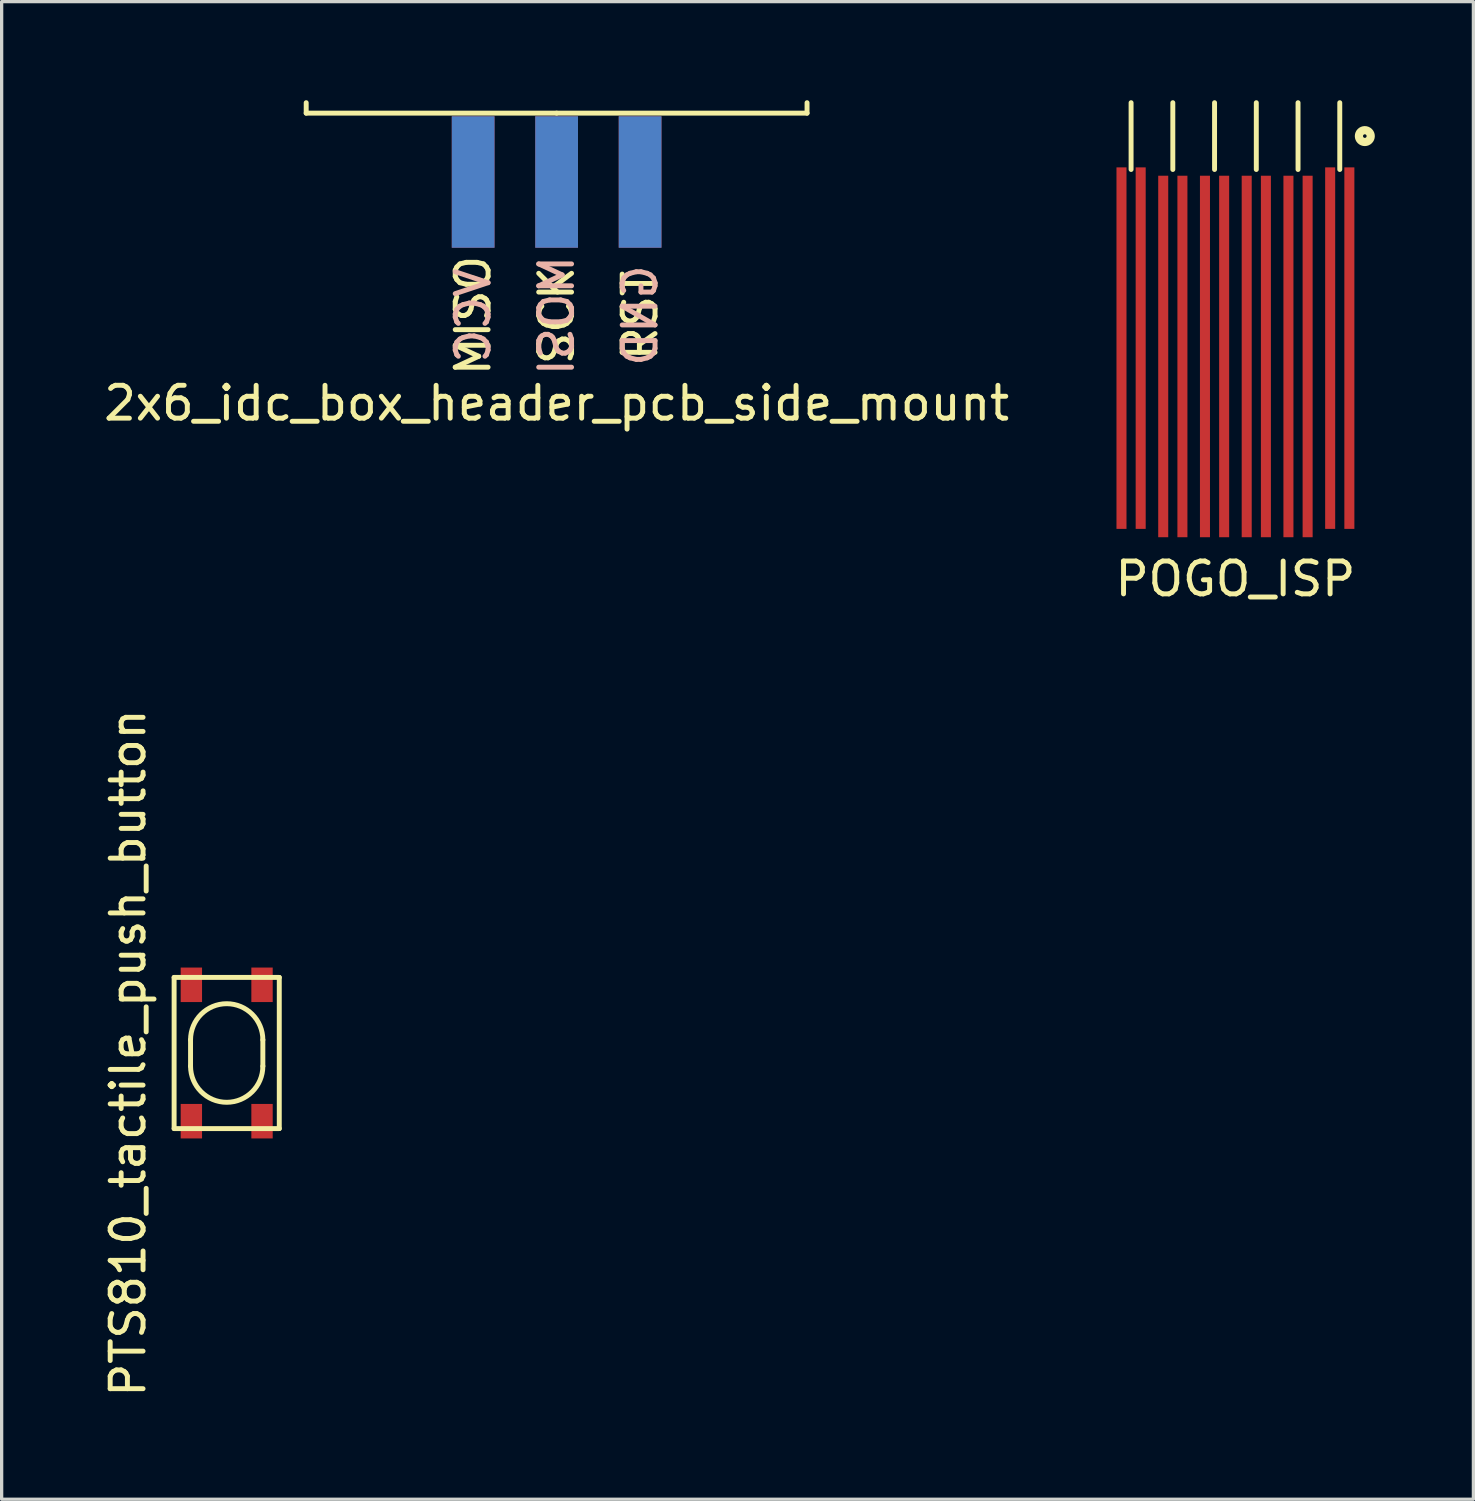
<source format=kicad_pcb>
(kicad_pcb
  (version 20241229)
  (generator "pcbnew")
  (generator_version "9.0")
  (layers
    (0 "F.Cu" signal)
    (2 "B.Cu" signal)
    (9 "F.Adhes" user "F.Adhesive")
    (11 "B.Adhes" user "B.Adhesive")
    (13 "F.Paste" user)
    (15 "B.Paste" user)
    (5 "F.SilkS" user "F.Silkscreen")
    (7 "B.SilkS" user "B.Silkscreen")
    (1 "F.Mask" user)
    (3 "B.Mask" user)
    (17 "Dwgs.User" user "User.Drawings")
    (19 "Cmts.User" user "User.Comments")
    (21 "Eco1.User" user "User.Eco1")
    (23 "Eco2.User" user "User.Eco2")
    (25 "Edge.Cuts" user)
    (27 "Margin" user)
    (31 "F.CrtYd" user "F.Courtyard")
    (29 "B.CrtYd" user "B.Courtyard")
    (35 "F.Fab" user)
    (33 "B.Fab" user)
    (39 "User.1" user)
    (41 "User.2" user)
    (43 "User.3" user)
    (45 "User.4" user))
  (footprint "2x6_idc_box_header_pcb_side_mount"
    (layer "F.Cu")
    (at 13.887 2.488)
    (property "Reference" "2x6_idc_box_header_pcb_side_mount" (at 0 6.731 0) (layer "F.SilkS") (effects (font (size 1 1) (thickness 0.15))))
    (attr through_hole)
    (fp_line (start -7.62 -2.095) (end -7.62 -2.413) (stroke (width 0.15) (type solid)) (layer "F.SilkS"))
    (fp_line (start 0 -2.095) (end -7.62 -2.095) (stroke (width 0.15) (type solid)) (layer "F.SilkS"))
    (fp_line (start 7.62 -2.095) (end 0 -2.095) (stroke (width 0.15) (type solid)) (layer "F.SilkS"))
    (fp_line (start 7.62 -2.095) (end 7.62 -2.413) (stroke (width 0.15) (type solid)) (layer "F.SilkS"))
    (fp_text user "MISO" (at -2.54 4.064 90) (layer "F.SilkS") (effects (font (size 1 1) (thickness 0.15))))
    (fp_text user "SCK" (at 0 4.064 90) (layer "F.SilkS") (effects (font (size 1 1) (thickness 0.15))))
    (fp_text user "RST" (at 2.54 4.064 90) (layer "F.SilkS") (effects (font (size 1 1) (thickness 0.15))))
    (fp_text user "MOSI" (at 0 4.064 90) (layer "B.SilkS") (effects (font (size 1 1) (thickness 0.15)) (justify mirror)))
    (fp_text user "VCC" (at -2.54 4.064 90) (layer "B.SilkS") (effects (font (size 1 1) (thickness 0.15)) (justify mirror)))
    (fp_text user "GND" (at 2.54 4.064 90) (layer "B.SilkS") (effects (font (size 1 1) (thickness 0.15)) (justify mirror)))
    (pad "1" smd rect (at -2.54 0) (size 1.3 4) (layers "F.Cu" "F.Mask"))
    (pad "2" smd rect (at -2.54 0) (size 1.3 4) (layers "B.Cu" "B.Mask"))
    (pad "3" smd rect (at 0 0) (size 1.3 4) (layers "F.Cu" "F.Mask"))
    (pad "4" smd rect (at 0 0) (size 1.3 4) (layers "B.Cu" "B.Mask"))
    (pad "5" smd rect (at 2.54 0) (size 1.3 4) (layers "F.Cu" "F.Mask"))
    (pad "6" smd rect (at 2.54 0) (size 1.3 4) (layers "B.Cu" "B.Mask")))
  (footprint "POGO_ISP"
    (layer "F.Cu")
    (at 34.542 7.822)
    (property "Reference" "POGO_ISP" (at 0 6.744 0) (layer "F.SilkS") (effects (font (size 1 1) (thickness 0.15))))
    (attr through_hole)
    (fp_line (start -3.175 -5.715) (end -3.175 -7.747) (stroke (width 0.15) (type solid)) (layer "F.SilkS"))
    (fp_line (start -1.905 -5.715) (end -1.905 -7.747) (stroke (width 0.15) (type solid)) (layer "F.SilkS"))
    (fp_line (start -0.635 -5.715) (end -0.635 -7.747) (stroke (width 0.15) (type solid)) (layer "F.SilkS"))
    (fp_line (start 0.635 -5.715) (end 0.635 -7.747) (stroke (width 0.15) (type solid)) (layer "F.SilkS"))
    (fp_line (start 1.905 -5.715) (end 1.905 -7.747) (stroke (width 0.15) (type solid)) (layer "F.SilkS"))
    (fp_line (start 3.175 -5.715) (end 3.175 -7.747) (stroke (width 0.15) (type solid)) (layer "F.SilkS"))
    (fp_circle (center 3.937 -6.731) (end 4.064 -6.604) (stroke (width 0.25) (type solid)) (fill no) (layer "F.SilkS"))
    (pad "" smd rect (at -3.467 -4.775) (size 0.305 2) (layers "F.Paste"))
    (pad "" smd rect (at -3.467 -1.775) (size 0.305 2) (layers "F.Paste"))
    (pad "" smd rect (at -3.467 1.225) (size 0.305 2) (layers "F.Paste"))
    (pad "" smd rect (at -3.467 4.225) (size 0.305 2) (layers "F.Paste"))
    (pad "" smd rect (at -3.175 -0.279) (size 0.305 11) (layers "F.Mask"))
    (pad "" smd rect (at -2.883 -4.775) (size 0.305 2) (layers "F.Paste"))
    (pad "" smd rect (at -2.883 -1.775) (size 0.305 2) (layers "F.Paste"))
    (pad "" smd rect (at -2.883 1.225) (size 0.305 2) (layers "F.Paste"))
    (pad "" smd rect (at -2.883 4.225) (size 0.305 2) (layers "F.Paste"))
    (pad "" smd rect (at -2.197 -4.521) (size 0.305 2) (layers "F.Paste"))
    (pad "" smd rect (at -2.197 -1.521) (size 0.305 2) (layers "F.Paste"))
    (pad "" smd rect (at -2.197 1.479) (size 0.305 2) (layers "F.Paste"))
    (pad "" smd rect (at -2.197 4.479) (size 0.305 2) (layers "F.Paste"))
    (pad "" smd rect (at -1.905 -0.025) (size 0.305 11) (layers "F.Mask"))
    (pad "" smd rect (at -1.613 -4.521) (size 0.305 2) (layers "F.Paste"))
    (pad "" smd rect (at -1.613 -1.521) (size 0.305 2) (layers "F.Paste"))
    (pad "" smd rect (at -1.613 1.479) (size 0.305 2) (layers "F.Paste"))
    (pad "" smd rect (at -1.613 4.479) (size 0.305 2) (layers "F.Paste"))
    (pad "" smd rect (at -0.927 -4.521) (size 0.305 2) (layers "F.Paste"))
    (pad "" smd rect (at -0.927 -1.521) (size 0.305 2) (layers "F.Paste"))
    (pad "" smd rect (at -0.927 1.479) (size 0.305 2) (layers "F.Paste"))
    (pad "" smd rect (at -0.927 4.479) (size 0.305 2) (layers "F.Paste"))
    (pad "" smd rect (at -0.635 -0.025) (size 0.305 11) (layers "F.Mask"))
    (pad "" smd rect (at -0.343 -4.521) (size 0.305 2) (layers "F.Paste"))
    (pad "" smd rect (at -0.343 -1.521) (size 0.305 2) (layers "F.Paste"))
    (pad "" smd rect (at -0.343 1.479) (size 0.305 2) (layers "F.Paste"))
    (pad "" smd rect (at -0.343 4.479) (size 0.305 2) (layers "F.Paste"))
    (pad "" smd rect (at 0.343 -4.521) (size 0.305 2) (layers "F.Paste"))
    (pad "" smd rect (at 0.343 -1.521) (size 0.305 2) (layers "F.Paste"))
    (pad "" smd rect (at 0.343 1.479) (size 0.305 2) (layers "F.Paste"))
    (pad "" smd rect (at 0.343 4.479) (size 0.305 2) (layers "F.Paste"))
    (pad "" smd rect (at 0.635 -0.025) (size 0.305 11) (layers "F.Mask"))
    (pad "" smd rect (at 0.927 -4.521) (size 0.305 2) (layers "F.Paste"))
    (pad "" smd rect (at 0.927 -1.521) (size 0.305 2) (layers "F.Paste"))
    (pad "" smd rect (at 0.927 1.479) (size 0.305 2) (layers "F.Paste"))
    (pad "" smd rect (at 0.927 4.479) (size 0.305 2) (layers "F.Paste"))
    (pad "" smd rect (at 1.613 -4.521) (size 0.305 2) (layers "F.Paste"))
    (pad "" smd rect (at 1.613 -1.521) (size 0.305 2) (layers "F.Paste"))
    (pad "" smd rect (at 1.613 1.479) (size 0.305 2) (layers "F.Paste"))
    (pad "" smd rect (at 1.613 4.479) (size 0.305 2) (layers "F.Paste"))
    (pad "" smd rect (at 1.905 -0.025) (size 0.305 11) (layers "F.Mask"))
    (pad "" smd rect (at 2.197 -4.521) (size 0.305 2) (layers "F.Paste"))
    (pad "" smd rect (at 2.197 -1.521) (size 0.305 2) (layers "F.Paste"))
    (pad "" smd rect (at 2.197 1.479) (size 0.305 2) (layers "F.Paste"))
    (pad "" smd rect (at 2.197 4.479) (size 0.305 2) (layers "F.Paste"))
    (pad "" smd rect (at 2.883 -4.775) (size 0.305 2) (layers "F.Paste"))
    (pad "" smd rect (at 2.883 -1.775) (size 0.305 2) (layers "F.Paste"))
    (pad "" smd rect (at 2.883 1.225) (size 0.305 2) (layers "F.Paste"))
    (pad "" smd rect (at 2.883 4.225) (size 0.305 2) (layers "F.Paste"))
    (pad "" smd rect (at 3.175 -0.279) (size 0.305 11) (layers "F.Mask"))
    (pad "" smd rect (at 3.467 -4.775) (size 0.305 2) (layers "F.Paste"))
    (pad "" smd rect (at 3.467 -1.775) (size 0.305 2) (layers "F.Paste"))
    (pad "" smd rect (at 3.467 1.225) (size 0.305 2) (layers "F.Paste"))
    (pad "" smd rect (at 3.467 4.225) (size 0.305 2) (layers "F.Paste"))
    (pad "1" smd rect (at -0.927 -0.025) (size 0.305 11) (layers "F.Cu" "F.Mask"))
    (pad "1" smd rect (at -0.343 -0.025) (size 0.305 11) (layers "F.Cu" "F.Mask"))
    (pad "2" smd rect (at 2.883 -0.279) (size 0.305 11) (layers "F.Cu" "F.Mask"))
    (pad "2" smd rect (at 3.467 -0.279) (size 0.305 11) (layers "F.Cu" "F.Mask"))
    (pad "3" smd rect (at 0.343 -0.025) (size 0.305 11) (layers "F.Cu" "F.Mask"))
    (pad "3" smd rect (at 0.927 -0.025) (size 0.305 11) (layers "F.Cu" "F.Mask"))
    (pad "4" smd rect (at -2.197 -0.025) (size 0.305 11) (layers "F.Cu" "F.Mask"))
    (pad "4" smd rect (at -1.613 -0.025) (size 0.305 11) (layers "F.Cu" "F.Mask"))
    (pad "5" smd rect (at -3.467 -0.279) (size 0.305 11) (layers "F.Cu" "F.Mask"))
    (pad "5" smd rect (at -2.883 -0.279) (size 0.305 11) (layers "F.Cu" "F.Mask"))
    (pad "6" smd rect (at 1.613 -0.025) (size 0.305 11) (layers "F.Cu" "F.Mask"))
    (pad "6" smd rect (at 2.197 -0.025) (size 0.305 11) (layers "F.Cu" "F.Mask")))
  (footprint "PTS810_tactile_push_button"
    (layer "F.Cu")
    (at 3.848 28.991)
    (property "Reference" "PTS810_tactile_push_button" (at -3 0 90) (layer "F.SilkS") (effects (font (size 1 1) (thickness 0.15))))
    (attr through_hole)
    (fp_line (start -1.6 -2.3) (end 1.6 -2.3) (stroke (width 0.15) (type solid)) (layer "F.SilkS"))
    (fp_line (start -1.6 2.3) (end -1.6 -2.3) (stroke (width 0.15) (type solid)) (layer "F.SilkS"))
    (fp_line (start -1.1 0.4) (end -1.1 -0.4) (stroke (width 0.15) (type solid)) (layer "F.SilkS"))
    (fp_line (start 1.1 -0.4) (end 1.1 0.4) (stroke (width 0.15) (type solid)) (layer "F.SilkS"))
    (fp_line (start 1.6 -2.3) (end 1.6 2.3) (stroke (width 0.15) (type solid)) (layer "F.SilkS"))
    (fp_line (start 1.6 2.3) (end -1.6 2.3) (stroke (width 0.15) (type solid)) (layer "F.SilkS"))
    (fp_arc (start -1.1 -0.4) (mid 0 -1.5) (end 1.1 -0.4) (stroke (width 0.15) (type solid)) (layer "F.SilkS"))
    (fp_arc (start 1.1 0.4) (mid 0 1.5) (end -1.1 0.4) (stroke (width 0.15) (type solid)) (layer "F.SilkS"))
    (pad "1" smd rect (at -1.075 -2.075 90) (size 1.05 0.65) (layers "F.Cu" "F.Mask" "F.Paste"))
    (pad "1" smd rect (at -1.075 2.075 90) (size 1.05 0.65) (layers "F.Cu" "F.Mask" "F.Paste"))
    (pad "2" smd rect (at 1.075 -2.075 90) (size 1.05 0.65) (layers "F.Cu" "F.Mask" "F.Paste"))
    (pad "2" smd rect (at 1.075 2.075 90) (size 1.05 0.65) (layers "F.Cu" "F.Mask" "F.Paste")))
  (gr_rect
    (start -3 -3)
    (end 41.783 42.569)
    (stroke (width 0.1) (type default))
    (fill no)
    (layer "Edge.Cuts")))
</source>
